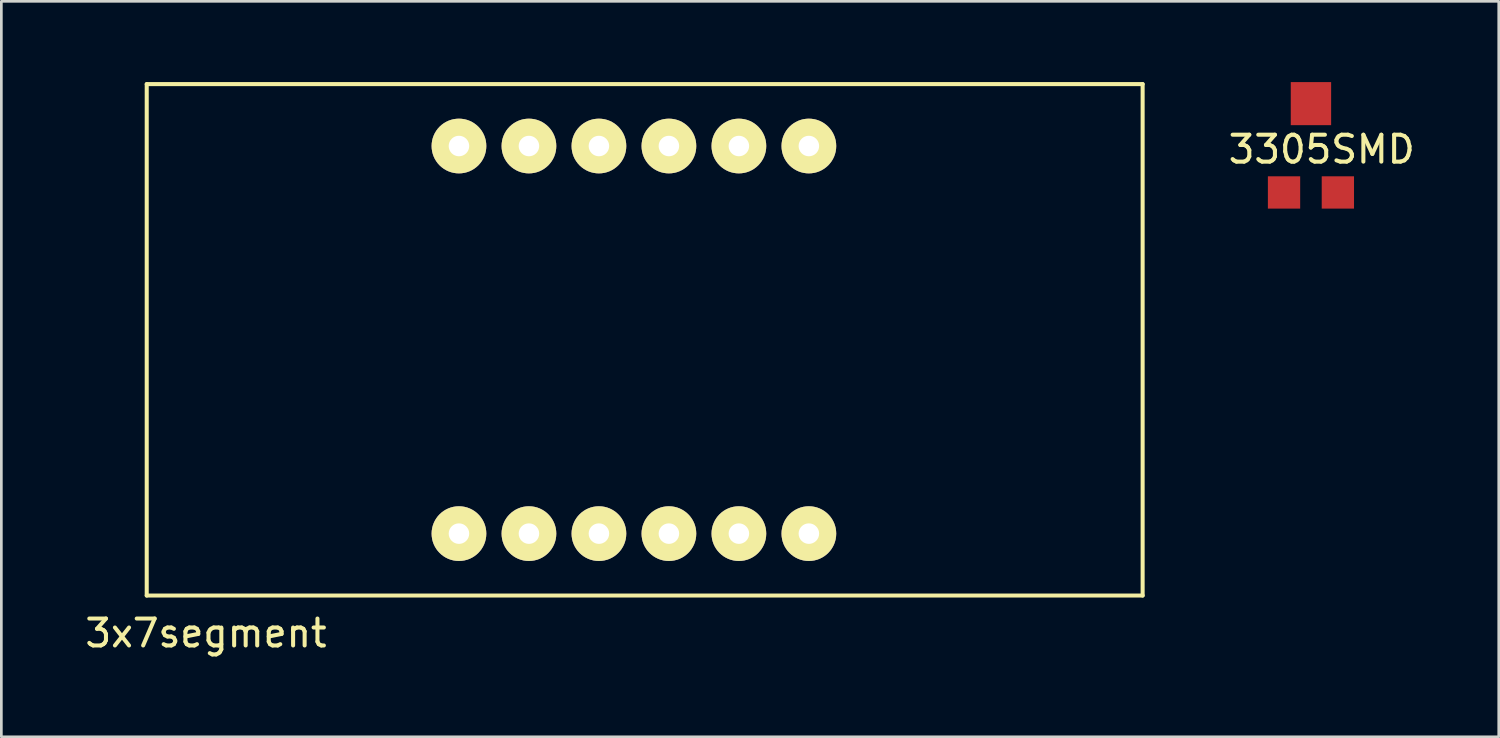
<source format=kicad_pcb>
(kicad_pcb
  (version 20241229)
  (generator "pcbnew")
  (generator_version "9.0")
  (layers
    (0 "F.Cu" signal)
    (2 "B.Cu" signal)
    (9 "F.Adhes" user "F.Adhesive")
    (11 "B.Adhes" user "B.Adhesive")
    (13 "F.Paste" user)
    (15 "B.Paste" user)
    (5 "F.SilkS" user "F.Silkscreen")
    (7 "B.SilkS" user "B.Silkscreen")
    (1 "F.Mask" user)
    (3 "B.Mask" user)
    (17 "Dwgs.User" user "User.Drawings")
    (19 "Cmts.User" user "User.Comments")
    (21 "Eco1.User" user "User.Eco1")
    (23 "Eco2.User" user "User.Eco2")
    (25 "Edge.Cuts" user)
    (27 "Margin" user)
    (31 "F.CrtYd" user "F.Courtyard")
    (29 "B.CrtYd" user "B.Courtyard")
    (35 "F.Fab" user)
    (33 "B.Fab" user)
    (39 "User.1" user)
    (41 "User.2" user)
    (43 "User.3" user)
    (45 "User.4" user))
  (footprint "3x7segment"
    (layer "F.Cu")
    (at 20.501 9.875)
    (property "Reference" "3x7segment" (at -15.9 10.6 0) (layer "F.SilkS") (effects (font (size 1 1) (thickness 0.15))))
    (attr through_hole)
    (fp_line (start -18.1 -9.8) (end 18.9 -9.8) (stroke (width 0.15) (type solid)) (layer "F.SilkS"))
    (fp_line (start -18.1 9.2) (end -18.1 -9.8) (stroke (width 0.15) (type solid)) (layer "F.SilkS"))
    (fp_line (start 18.9 -9.8) (end 18.9 9.2) (stroke (width 0.15) (type solid)) (layer "F.SilkS"))
    (fp_line (start 18.9 9.2) (end -18.1 9.2) (stroke (width 0.15) (type solid)) (layer "F.SilkS"))
    (pad "1" thru_hole circle (at -6.5 6.9) (size 2.032 2.032) (drill 0.762) (layers "*.Cu" "*.Mask" "F.SilkS"))
    (pad "2" thru_hole circle (at -3.9 6.9) (size 2.032 2.032) (drill 0.762) (layers "*.Cu" "*.Mask" "F.SilkS"))
    (pad "3" thru_hole circle (at -1.3 6.9) (size 2.032 2.032) (drill 0.762) (layers "*.Cu" "*.Mask" "F.SilkS"))
    (pad "4" thru_hole circle (at 1.3 6.9) (size 2.032 2.032) (drill 0.762) (layers "*.Cu" "*.Mask" "F.SilkS"))
    (pad "5" thru_hole circle (at 3.9 6.9) (size 2.032 2.032) (drill 0.762) (layers "*.Cu" "*.Mask" "F.SilkS"))
    (pad "6" thru_hole circle (at 6.5 6.9) (size 2.032 2.032) (drill 0.762) (layers "*.Cu" "*.Mask" "F.SilkS"))
    (pad "7" thru_hole circle (at 6.5 -7.5) (size 2.032 2.032) (drill 0.762) (layers "*.Cu" "*.Mask" "F.SilkS"))
    (pad "8" thru_hole circle (at 3.9 -7.5) (size 2.032 2.032) (drill 0.762) (layers "*.Cu" "*.Mask" "F.SilkS"))
    (pad "9" thru_hole circle (at 1.3 -7.5) (size 2.032 2.032) (drill 0.762) (layers "*.Cu" "*.Mask" "F.SilkS"))
    (pad "10" thru_hole circle (at -1.3 -7.5) (size 2.032 2.032) (drill 0.762) (layers "*.Cu" "*.Mask" "F.SilkS"))
    (pad "11" thru_hole circle (at -3.9 -7.5) (size 2.032 2.032) (drill 0.762) (layers "*.Cu" "*.Mask" "F.SilkS"))
    (pad "12" thru_hole circle (at -6.5 -7.5) (size 2.032 2.032) (drill 0.762) (layers "*.Cu" "*.Mask" "F.SilkS")))
  (footprint "3305SMD"
    (layer "F.Cu")
    (at 45.654 2.5)
    (property "Reference" "3305SMD" (at 0.4 0 180) (layer "F.SilkS") (effects (font (size 1 1) (thickness 0.15))))
    (attr through_hole)
    (pad "1" smd rect (at -1 1.6) (size 1.2 1.2) (layers "F.Cu" "F.Mask" "F.Paste"))
    (pad "2" smd rect (at 0 -1.7) (size 1.5 1.6) (layers "F.Cu" "F.Mask" "F.Paste"))
    (pad "3" smd rect (at 1 1.6) (size 1.2 1.2) (layers "F.Cu" "F.Mask" "F.Paste")))
  (gr_rect
    (start -3 -3)
    (end 52.631 24.323)
    (stroke (width 0.1) (type default))
    (fill no)
    (layer "Edge.Cuts")))
</source>
